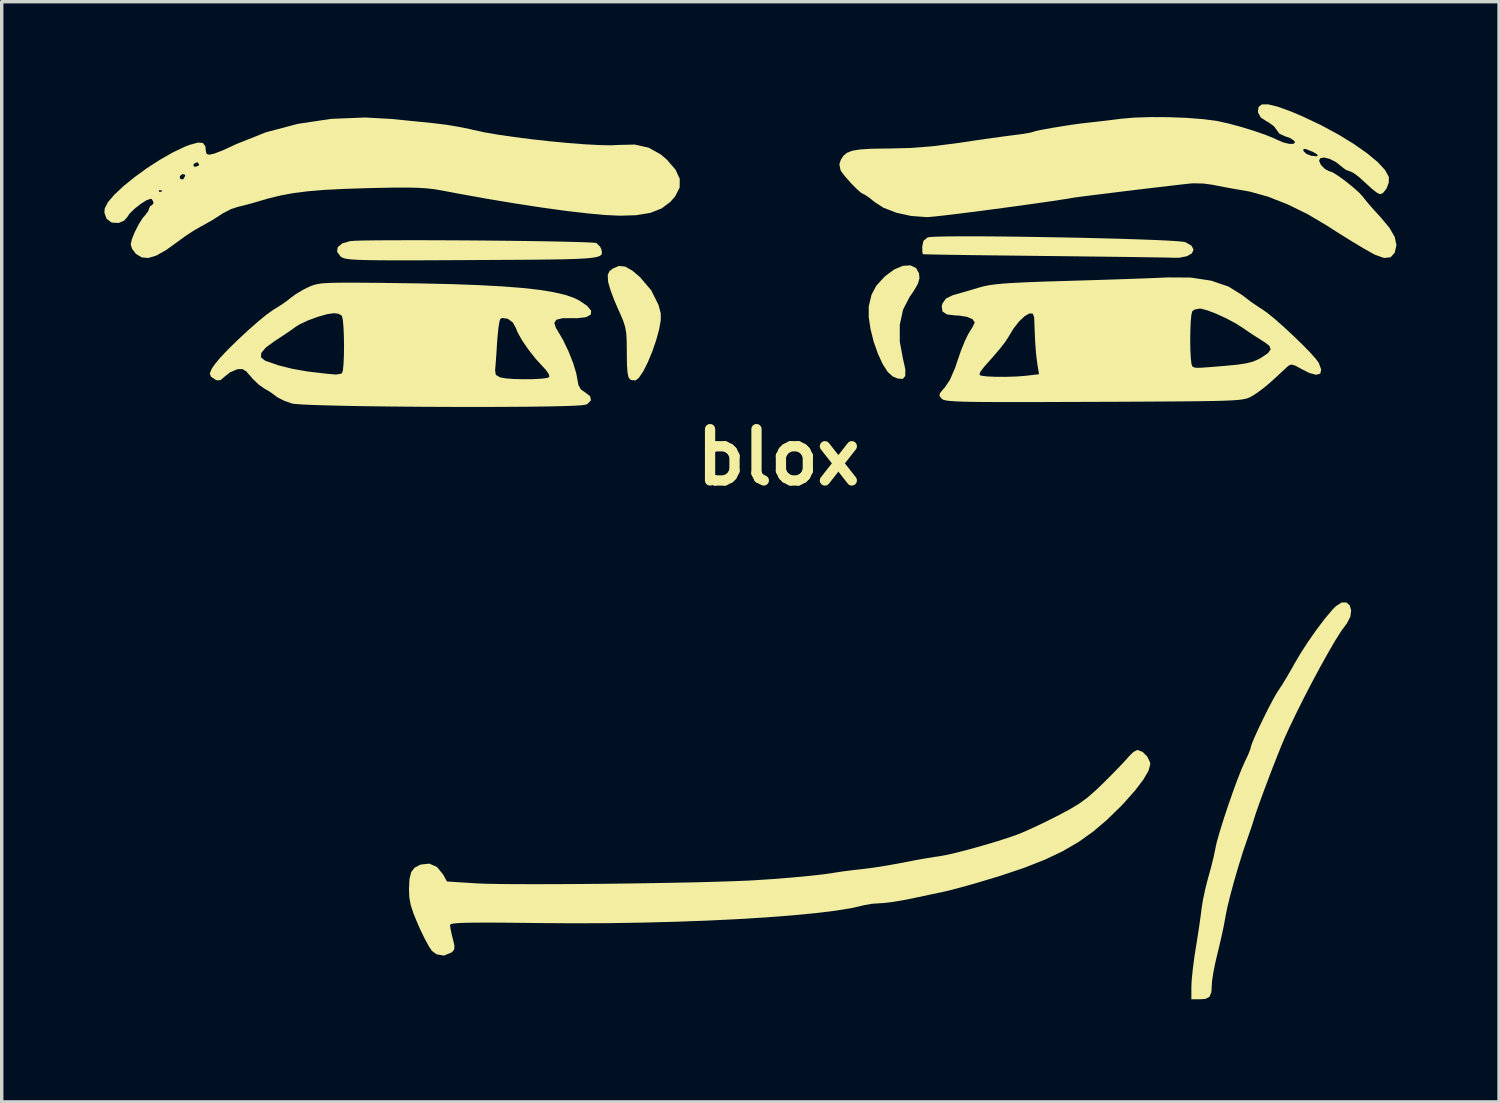
<source format=kicad_pcb>
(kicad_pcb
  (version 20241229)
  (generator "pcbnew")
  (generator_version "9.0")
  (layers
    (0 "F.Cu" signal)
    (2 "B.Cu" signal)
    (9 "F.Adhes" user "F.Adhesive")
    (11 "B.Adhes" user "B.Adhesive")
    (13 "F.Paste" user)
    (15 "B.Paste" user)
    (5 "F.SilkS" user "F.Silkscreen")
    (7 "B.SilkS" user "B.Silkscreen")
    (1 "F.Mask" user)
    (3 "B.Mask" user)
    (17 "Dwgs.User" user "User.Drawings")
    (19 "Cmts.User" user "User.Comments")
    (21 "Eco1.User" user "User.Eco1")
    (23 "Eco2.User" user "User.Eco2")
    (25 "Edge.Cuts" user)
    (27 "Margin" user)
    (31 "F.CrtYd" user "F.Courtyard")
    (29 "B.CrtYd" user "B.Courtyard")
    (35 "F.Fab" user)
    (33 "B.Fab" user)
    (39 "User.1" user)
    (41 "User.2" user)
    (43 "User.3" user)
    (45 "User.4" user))
  (footprint "blox"
    (layer "F.Cu")
    (at 19.703 10.314)
    (property "Reference" "blox" (at 0 0 0) (layer "F.SilkS") (effects (font (size 1.5 1.5) (thickness 0.3))))
    (attr board_only exclude_from_pos_files exclude_from_bom)
    (fp_poly (pts (xy 4.021 -5.53) (xy 4.107 -5.375) (xy 4.12 -5.229) (xy 4.073 -5.068) (xy 3.955 -4.862) (xy 3.833 -4.687) (xy 3.641 -4.315) (xy 3.545 -3.87) (xy 3.545 -3.375) (xy 3.641 -2.864) (xy 3.708 -2.564) (xy 3.705 -2.374) (xy 3.63 -2.289) (xy 3.479 -2.302) (xy 3.345 -2.357) (xy 3.195 -2.489) (xy 3.044 -2.724) (xy 2.903 -3.032) (xy 2.781 -3.382) (xy 2.69 -3.745) (xy 2.638 -4.091) (xy 2.637 -4.388) (xy 2.643 -4.433) (xy 2.719 -4.75) (xy 2.855 -5.008) (xy 3.081 -5.257) (xy 3.127 -5.301) (xy 3.388 -5.492) (xy 3.638 -5.595) (xy 3.856 -5.608)) (stroke (width 0) (type solid)) (fill yes) (layer "F.SilkS"))
    (fp_poly (pts (xy -4.481 -5.573) (xy -4.27 -5.454) (xy -4.048 -5.265) (xy -3.718 -4.876) (xy -3.505 -4.448) (xy -3.441 -4.206) (xy -3.441 -4.004) (xy -3.49 -3.73) (xy -3.577 -3.415) (xy -3.69 -3.087) (xy -3.819 -2.776) (xy -3.952 -2.512) (xy -4.079 -2.324) (xy -4.173 -2.247) (xy -4.288 -2.253) (xy -4.339 -2.276) (xy -4.384 -2.339) (xy -4.413 -2.474) (xy -4.428 -2.703) (xy -4.433 -3.043) (xy -4.433 -3.056) (xy -4.436 -3.382) (xy -4.449 -3.619) (xy -4.481 -3.809) (xy -4.542 -3.996) (xy -4.639 -4.223) (xy -4.691 -4.336) (xy -4.811 -4.618) (xy -4.91 -4.886) (xy -4.972 -5.095) (xy -4.982 -5.148) (xy -4.991 -5.328) (xy -4.94 -5.438) (xy -4.842 -5.515) (xy -4.664 -5.591)) (stroke (width 0) (type solid)) (fill yes) (layer "F.SilkS"))
    (fp_poly (pts (xy 5.884 -6.457) (xy 6.423 -6.453) (xy 7.004 -6.446) (xy 7.613 -6.437) (xy 8.235 -6.426) (xy 8.854 -6.414) (xy 9.455 -6.399) (xy 10.023 -6.384) (xy 10.544 -6.367) (xy 11.001 -6.35) (xy 11.38 -6.332) (xy 11.667 -6.314) (xy 11.844 -6.296) (xy 11.892 -6.286) (xy 12.071 -6.183) (xy 12.131 -6.069) (xy 12.085 -5.961) (xy 11.943 -5.877) (xy 11.719 -5.832) (xy 11.571 -5.83) (xy 11.439 -5.834) (xy 11.189 -5.839) (xy 10.833 -5.844) (xy 10.386 -5.851) (xy 9.861 -5.858) (xy 9.272 -5.865) (xy 8.634 -5.873) (xy 7.96 -5.881) (xy 7.733 -5.883) (xy 7.064 -5.891) (xy 6.435 -5.898) (xy 5.861 -5.905) (xy 5.352 -5.912) (xy 4.923 -5.919) (xy 4.584 -5.925) (xy 4.349 -5.93) (xy 4.229 -5.934) (xy 4.217 -5.935) (xy 4.205 -6.004) (xy 4.2 -6.15) (xy 4.2 -6.151) (xy 4.237 -6.326) (xy 4.359 -6.426) (xy 4.458 -6.439) (xy 4.675 -6.449) (xy 4.995 -6.455) (xy 5.403 -6.457)) (stroke (width 0) (type solid)) (fill yes) (layer "F.SilkS"))
    (fp_poly (pts (xy -10.343 -6.343) (xy -9.764 -6.341) (xy -9.164 -6.338) (xy -8.558 -6.333) (xy -7.962 -6.327) (xy -7.39 -6.32) (xy -6.858 -6.312) (xy -6.381 -6.303) (xy -5.974 -6.293) (xy -5.653 -6.283) (xy -5.432 -6.273) (xy -5.328 -6.262) (xy -5.323 -6.26) (xy -5.212 -6.153) (xy -5.181 -6.085) (xy -5.165 -6.022) (xy -5.16 -5.967) (xy -5.175 -5.922) (xy -5.221 -5.884) (xy -5.307 -5.854) (xy -5.444 -5.83) (xy -5.64 -5.811) (xy -5.907 -5.797) (xy -6.254 -5.786) (xy -6.691 -5.779) (xy -7.228 -5.773) (xy -7.875 -5.769) (xy -8.642 -5.765) (xy -8.954 -5.763) (xy -9.751 -5.759) (xy -10.425 -5.756) (xy -10.987 -5.755) (xy -11.448 -5.756) (xy -11.819 -5.759) (xy -12.111 -5.764) (xy -12.333 -5.772) (xy -12.498 -5.783) (xy -12.615 -5.797) (xy -12.696 -5.814) (xy -12.751 -5.836) (xy -12.791 -5.862) (xy -12.799 -5.868) (xy -12.902 -6.007) (xy -12.883 -6.139) (xy -12.753 -6.248) (xy -12.521 -6.317) (xy -12.516 -6.317) (xy -12.385 -6.327) (xy -12.141 -6.334) (xy -11.799 -6.339) (xy -11.375 -6.342) (xy -10.885 -6.343)) (stroke (width 0) (type solid)) (fill yes) (layer "F.SilkS"))
    (fp_poly (pts (xy 16.696 4.329) (xy 16.738 4.476) (xy 16.713 4.661) (xy 16.61 4.862) (xy 16.565 4.919) (xy 16.44 5.09) (xy 16.27 5.361) (xy 16.065 5.712) (xy 15.837 6.121) (xy 15.597 6.569) (xy 15.356 7.034) (xy 15.125 7.496) (xy 14.916 7.933) (xy 14.8 8.188) (xy 14.703 8.418) (xy 14.579 8.726) (xy 14.439 9.082) (xy 14.296 9.458) (xy 14.159 9.824) (xy 14.04 10.151) (xy 13.95 10.409) (xy 13.902 10.561) (xy 13.856 10.71) (xy 13.781 10.933) (xy 13.7 11.163) (xy 13.575 11.53) (xy 13.445 11.948) (xy 13.319 12.38) (xy 13.207 12.793) (xy 13.119 13.151) (xy 13.064 13.421) (xy 13.062 13.44) (xy 13.019 13.672) (xy 12.954 13.982) (xy 12.876 14.318) (xy 12.837 14.476) (xy 12.764 14.786) (xy 12.707 15.075) (xy 12.673 15.3) (xy 12.667 15.385) (xy 12.653 15.629) (xy 12.598 15.768) (xy 12.482 15.83) (xy 12.326 15.842) (xy 12.067 15.842) (xy 12.067 15.481) (xy 12.078 15.263) (xy 12.109 14.959) (xy 12.154 14.614) (xy 12.193 14.361) (xy 12.25 14.008) (xy 12.303 13.658) (xy 12.345 13.357) (xy 12.364 13.201) (xy 12.406 12.934) (xy 12.476 12.607) (xy 12.558 12.288) (xy 12.565 12.266) (xy 12.646 11.97) (xy 12.718 11.681) (xy 12.765 11.455) (xy 12.769 11.43) (xy 12.815 11.227) (xy 12.9 10.931) (xy 13.012 10.571) (xy 13.142 10.179) (xy 13.28 9.784) (xy 13.414 9.418) (xy 13.535 9.111) (xy 13.631 8.894) (xy 13.633 8.89) (xy 13.726 8.695) (xy 13.786 8.543) (xy 13.8 8.488) (xy 13.829 8.387) (xy 13.907 8.197) (xy 14.021 7.946) (xy 14.156 7.664) (xy 14.297 7.379) (xy 14.433 7.119) (xy 14.547 6.914) (xy 14.617 6.805) (xy 14.725 6.643) (xy 14.869 6.405) (xy 15.023 6.137) (xy 15.066 6.058) (xy 15.253 5.74) (xy 15.48 5.389) (xy 15.726 5.038) (xy 15.967 4.72) (xy 16.18 4.466) (xy 16.288 4.355) (xy 16.459 4.245) (xy 16.599 4.244)) (stroke (width 0) (type solid)) (fill yes) (layer "F.SilkS"))
    (fp_poly (pts (xy 10.642 8.612) (xy 10.778 8.748) (xy 10.859 8.915) (xy 10.866 8.974) (xy 10.814 9.164) (xy 10.662 9.424) (xy 10.418 9.744) (xy 10.089 10.114) (xy 10.011 10.196) (xy 9.604 10.594) (xy 9.199 10.939) (xy 8.775 11.241) (xy 8.313 11.511) (xy 7.794 11.758) (xy 7.199 11.993) (xy 6.508 12.226) (xy 5.8 12.44) (xy 5.482 12.53) (xy 5.182 12.611) (xy 4.942 12.673) (xy 4.833 12.698) (xy 4.651 12.736) (xy 4.382 12.793) (xy 4.072 12.859) (xy 3.909 12.894) (xy 3.595 12.955) (xy 3.296 13.003) (xy 3.06 13.03) (xy 2.976 13.034) (xy 2.733 13.051) (xy 2.502 13.091) (xy 2.475 13.099) (xy 2.125 13.179) (xy 1.655 13.254) (xy 1.076 13.325) (xy 0.401 13.389) (xy -0.357 13.448) (xy -1.186 13.499) (xy -2.074 13.542) (xy -3.007 13.576) (xy -3.973 13.601) (xy -4.96 13.617) (xy -5.956 13.621) (xy -6.917 13.615) (xy -7.598 13.607) (xy -8.156 13.602) (xy -8.605 13.601) (xy -8.953 13.603) (xy -9.214 13.608) (xy -9.397 13.618) (xy -9.515 13.631) (xy -9.579 13.649) (xy -9.6 13.672) (xy -9.6 13.675) (xy -9.584 13.792) (xy -9.542 13.981) (xy -9.518 14.076) (xy -9.473 14.267) (xy -9.475 14.377) (xy -9.527 14.449) (xy -9.564 14.478) (xy -9.78 14.565) (xy -9.996 14.527) (xy -10.127 14.429) (xy -10.211 14.307) (xy -10.327 14.096) (xy -10.456 13.832) (xy -10.53 13.669) (xy -10.665 13.343) (xy -10.748 13.092) (xy -10.789 12.871) (xy -10.8 12.638) (xy -10.8 12.638) (xy -10.786 12.33) (xy -10.735 12.125) (xy -10.635 11.995) (xy -10.47 11.909) (xy -10.459 11.905) (xy -10.204 11.877) (xy -9.981 11.976) (xy -9.801 12.196) (xy -9.8 12.199) (xy -9.69 12.399) (xy -8.828 12.454) (xy -8.565 12.465) (xy -8.186 12.472) (xy -7.708 12.477) (xy -7.149 12.478) (xy -6.526 12.477) (xy -5.856 12.473) (xy -5.157 12.467) (xy -4.447 12.459) (xy -3.741 12.448) (xy -3.059 12.436) (xy -2.416 12.423) (xy -1.832 12.407) (xy -1.321 12.391) (xy -0.903 12.374) (xy -0.733 12.365) (xy -0.156 12.327) (xy 0.396 12.283) (xy 0.895 12.236) (xy 1.317 12.189) (xy 1.634 12.143) (xy 1.667 12.137) (xy 1.844 12.11) (xy 2.104 12.076) (xy 2.398 12.042) (xy 2.467 12.034) (xy 2.807 11.99) (xy 3.204 11.927) (xy 3.584 11.858) (xy 3.667 11.842) (xy 3.993 11.778) (xy 4.319 11.72) (xy 4.589 11.677) (xy 4.667 11.667) (xy 4.894 11.627) (xy 5.215 11.553) (xy 5.597 11.454) (xy 6.008 11.338) (xy 6.416 11.216) (xy 6.789 11.095) (xy 6.995 11.022) (xy 7.197 10.939) (xy 7.48 10.81) (xy 7.806 10.655) (xy 8.137 10.489) (xy 8.139 10.489) (xy 8.502 10.296) (xy 8.785 10.126) (xy 9.029 9.948) (xy 9.277 9.731) (xy 9.51 9.506) (xy 9.753 9.263) (xy 9.973 9.037) (xy 10.146 8.853) (xy 10.245 8.74) (xy 10.371 8.615) (xy 10.485 8.556) (xy 10.495 8.556)) (stroke (width 0) (type solid)) (fill yes) (layer "F.SilkS"))
    (fp_poly (pts (xy -11.333 -9.889) (xy -10.951 -9.851) (xy -10.52 -9.808) (xy -10.123 -9.768) (xy -10.067 -9.762) (xy -9.711 -9.718) (xy -9.334 -9.655) (xy -9.002 -9.587) (xy -8.933 -9.57) (xy -8.614 -9.5) (xy -8.204 -9.429) (xy -7.729 -9.36) (xy -7.213 -9.294) (xy -6.68 -9.235) (xy -6.158 -9.185) (xy -5.669 -9.147) (xy -5.24 -9.124) (xy -4.895 -9.117) (xy -4.679 -9.128) (xy -4.202 -9.139) (xy -3.797 -9.049) (xy -3.441 -8.851) (xy -3.262 -8.697) (xy -3.01 -8.407) (xy -2.886 -8.139) (xy -2.889 -7.883) (xy -3.018 -7.627) (xy -3.159 -7.465) (xy -3.415 -7.272) (xy -3.743 -7.143) (xy -4.161 -7.074) (xy -4.633 -7.06) (xy -5.049 -7.079) (xy -5.579 -7.127) (xy -6.207 -7.2) (xy -6.918 -7.298) (xy -7.695 -7.417) (xy -8.524 -7.555) (xy -9.389 -7.711) (xy -9.853 -7.799) (xy -10.061 -7.834) (xy -10.282 -7.859) (xy -10.536 -7.875) (xy -10.845 -7.882) (xy -11.233 -7.881) (xy -11.721 -7.872) (xy -12.02 -7.865) (xy -12.702 -7.843) (xy -13.274 -7.814) (xy -13.758 -7.773) (xy -14.178 -7.72) (xy -14.556 -7.65) (xy -14.915 -7.562) (xy -15.133 -7.498) (xy -15.397 -7.421) (xy -15.646 -7.355) (xy -15.8 -7.319) (xy -16.001 -7.252) (xy -16.226 -7.136) (xy -16.3 -7.089) (xy -16.535 -6.938) (xy -16.796 -6.79) (xy -16.867 -6.753) (xy -17.083 -6.629) (xy -17.34 -6.461) (xy -17.533 -6.319) (xy -17.895 -6.058) (xy -18.186 -5.894) (xy -18.421 -5.823) (xy -18.614 -5.842) (xy -18.781 -5.945) (xy -18.787 -5.952) (xy -18.894 -6.094) (xy -18.933 -6.221) (xy -18.899 -6.373) (xy -18.813 -6.585) (xy -18.698 -6.809) (xy -18.58 -6.996) (xy -18.505 -7.081) (xy -18.418 -7.195) (xy -18.4 -7.261) (xy -18.361 -7.344) (xy -18.333 -7.353) (xy -18.274 -7.407) (xy -18.267 -7.453) (xy -18.313 -7.542) (xy -18.354 -7.553) (xy -18.474 -7.51) (xy -18.645 -7.401) (xy -18.823 -7.26) (xy -18.966 -7.12) (xy -19.033 -7.02) (xy -19.125 -6.915) (xy -19.283 -6.848) (xy -19.49 -6.858) (xy -19.639 -6.97) (xy -19.703 -7.154) (xy -19.691 -7.276) (xy -19.601 -7.452) (xy -19.411 -7.674) (xy -19.278 -7.798) (xy -18.111 -7.798) (xy -18.102 -7.759) (xy -18.067 -7.754) (xy -18.012 -7.778) (xy -18.022 -7.798) (xy -18.101 -7.806) (xy -18.111 -7.798) (xy -19.278 -7.798) (xy -19.144 -7.924) (xy -18.818 -8.188) (xy -18.782 -8.214) (xy -17.496 -8.214) (xy -17.494 -8.144) (xy -17.423 -8.116) (xy -17.38 -8.148) (xy -17.339 -8.233) (xy -17.35 -8.261) (xy -17.431 -8.274) (xy -17.496 -8.214) (xy -18.782 -8.214) (xy -18.456 -8.451) (xy -18.293 -8.556) (xy -17.1 -8.556) (xy -17.085 -8.499) (xy -17.037 -8.489) (xy -16.946 -8.524) (xy -16.933 -8.556) (xy -16.981 -8.621) (xy -16.996 -8.623) (xy -17.086 -8.574) (xy -17.1 -8.556) (xy -18.293 -8.556) (xy -18.076 -8.696) (xy -17.701 -8.91) (xy -17.349 -9.077) (xy -17.213 -9.129) (xy -16.972 -9.197) (xy -16.825 -9.187) (xy -16.752 -9.091) (xy -16.734 -8.933) (xy -16.712 -8.863) (xy -16.637 -8.842) (xy -16.495 -8.873) (xy -16.269 -8.959) (xy -15.946 -9.106) (xy -15.842 -9.155) (xy -14.981 -9.498) (xy -14.05 -9.744) (xy -13.074 -9.89) (xy -12.08 -9.93)) (stroke (width 0) (type solid)) (fill yes) (layer "F.SilkS"))
    (fp_poly (pts (xy -12.115 -5.101) (xy -11.568 -5.096) (xy -11.533 -5.095) (xy -10.485 -5.081) (xy -9.562 -5.06) (xy -8.757 -5.031) (xy -8.061 -4.993) (xy -7.469 -4.947) (xy -6.971 -4.89) (xy -6.56 -4.822) (xy -6.228 -4.744) (xy -5.968 -4.653) (xy -5.839 -4.59) (xy -5.592 -4.425) (xy -5.475 -4.282) (xy -5.486 -4.17) (xy -5.621 -4.095) (xy -5.878 -4.064) (xy -6.024 -4.066) (xy -6.318 -4.063) (xy -6.492 -4.019) (xy -6.552 -3.926) (xy -6.506 -3.78) (xy -6.46 -3.707) (xy -6.294 -3.423) (xy -6.133 -3.086) (xy -5.998 -2.744) (xy -5.908 -2.442) (xy -5.886 -2.319) (xy -5.847 -2.108) (xy -5.777 -1.983) (xy -5.657 -1.9) (xy -5.505 -1.783) (xy -5.48 -1.664) (xy -5.58 -1.562) (xy -5.638 -1.536) (xy -5.747 -1.52) (xy -5.976 -1.506) (xy -6.31 -1.494) (xy -6.734 -1.485) (xy -7.234 -1.478) (xy -7.796 -1.474) (xy -8.406 -1.471) (xy -9.049 -1.47) (xy -9.711 -1.472) (xy -10.378 -1.475) (xy -11.036 -1.48) (xy -11.669 -1.487) (xy -12.265 -1.495) (xy -12.808 -1.506) (xy -13.285 -1.518) (xy -13.681 -1.531) (xy -13.981 -1.546) (xy -14.172 -1.562) (xy -14.224 -1.572) (xy -14.446 -1.65) (xy -14.634 -1.745) (xy -14.69 -1.786) (xy -14.859 -1.91) (xy -15.027 -2.008) (xy -15.189 -2.121) (xy -15.365 -2.29) (xy -15.423 -2.359) (xy -15.558 -2.512) (xy -15.665 -2.576) (xy -15.788 -2.575) (xy -15.83 -2.567) (xy -16.025 -2.484) (xy -16.183 -2.361) (xy -16.306 -2.255) (xy -16.411 -2.248) (xy -16.462 -2.27) (xy -16.589 -2.357) (xy -16.622 -2.453) (xy -16.562 -2.591) (xy -16.477 -2.715) (xy -16.317 -2.909) (xy -16.307 -2.919) (xy -15.125 -2.919) (xy -15.004 -2.822) (xy -14.983 -2.814) (xy -14.608 -2.685) (xy -14.211 -2.585) (xy -13.759 -2.506) (xy -13.222 -2.443) (xy -12.933 -2.417) (xy -12.793 -2.44) (xy -12.758 -2.457) (xy -12.731 -2.539) (xy -12.731 -2.544) (xy -8.283 -2.544) (xy -8.262 -2.408) (xy -8.14 -2.336) (xy -8.133 -2.334) (xy -7.968 -2.305) (xy -7.733 -2.287) (xy -7.461 -2.28) (xy -7.186 -2.282) (xy -6.945 -2.295) (xy -6.77 -2.316) (xy -6.697 -2.345) (xy -6.713 -2.43) (xy -6.807 -2.563) (xy -6.869 -2.629) (xy -7.091 -2.87) (xy -7.309 -3.146) (xy -7.497 -3.421) (xy -7.631 -3.661) (xy -7.675 -3.777) (xy -7.768 -3.942) (xy -7.914 -4.048) (xy -8.07 -4.07) (xy -8.127 -4.048) (xy -8.155 -3.97) (xy -8.184 -3.79) (xy -8.21 -3.538) (xy -8.224 -3.36) (xy -8.243 -3.06) (xy -8.262 -2.794) (xy -8.277 -2.603) (xy -8.283 -2.544) (xy -12.731 -2.544) (xy -12.713 -2.721) (xy -12.702 -2.973) (xy -12.698 -3.261) (xy -12.703 -3.553) (xy -12.715 -3.818) (xy -12.734 -4.022) (xy -12.761 -4.135) (xy -12.762 -4.137) (xy -12.857 -4.192) (xy -12.99 -4.211) (xy -13.195 -4.181) (xy -13.465 -4.104) (xy -13.75 -3.999) (xy -13.998 -3.883) (xy -14.129 -3.8) (xy -14.272 -3.697) (xy -14.483 -3.554) (xy -14.716 -3.402) (xy -14.717 -3.402) (xy -14.981 -3.209) (xy -15.117 -3.048) (xy -15.125 -2.919) (xy -16.307 -2.919) (xy -16.084 -3.155) (xy -15.804 -3.429) (xy -15.505 -3.707) (xy -15.213 -3.964) (xy -14.955 -4.175) (xy -14.756 -4.316) (xy -14.735 -4.328) (xy -14.521 -4.461) (xy -14.329 -4.6) (xy -14.267 -4.652) (xy -14.107 -4.769) (xy -13.889 -4.898) (xy -13.767 -4.959) (xy -13.666 -5.004) (xy -13.569 -5.039) (xy -13.459 -5.065) (xy -13.319 -5.084) (xy -13.131 -5.095) (xy -12.879 -5.101) (xy -12.546 -5.103)) (stroke (width 0) (type solid)) (fill yes) (layer "F.SilkS"))
    (fp_poly (pts (xy 12.045 -5.252) (xy 12.643 -5.162) (xy 13.15 -4.99) (xy 13.559 -4.736) (xy 13.573 -4.724) (xy 13.799 -4.55) (xy 14.054 -4.377) (xy 14.133 -4.328) (xy 14.294 -4.214) (xy 14.515 -4.033) (xy 14.773 -3.805) (xy 15.043 -3.554) (xy 15.304 -3.302) (xy 15.531 -3.07) (xy 15.701 -2.881) (xy 15.789 -2.761) (xy 15.862 -2.563) (xy 15.835 -2.445) (xy 15.717 -2.41) (xy 15.517 -2.462) (xy 15.284 -2.579) (xy 15.105 -2.678) (xy 14.996 -2.71) (xy 14.917 -2.683) (xy 14.878 -2.651) (xy 14.773 -2.554) (xy 14.607 -2.4) (xy 14.433 -2.239) (xy 14.214 -2.051) (xy 13.986 -1.88) (xy 13.833 -1.783) (xy 13.778 -1.754) (xy 13.72 -1.729) (xy 13.649 -1.708) (xy 13.556 -1.69) (xy 13.429 -1.675) (xy 13.259 -1.663) (xy 13.035 -1.653) (xy 12.749 -1.645) (xy 12.388 -1.639) (xy 11.944 -1.634) (xy 11.406 -1.63) (xy 10.764 -1.626) (xy 10.008 -1.622) (xy 9.223 -1.619) (xy 8.351 -1.616) (xy 7.603 -1.613) (xy 6.968 -1.612) (xy 6.438 -1.613) (xy 6.002 -1.615) (xy 5.652 -1.619) (xy 5.376 -1.625) (xy 5.166 -1.634) (xy 5.013 -1.645) (xy 4.905 -1.658) (xy 4.834 -1.675) (xy 4.79 -1.695) (xy 4.769 -1.712) (xy 4.707 -1.79) (xy 4.715 -1.865) (xy 4.804 -1.978) (xy 4.854 -2.031) (xy 5.009 -2.259) (xy 5.081 -2.427) (xy 5.873 -2.427) (xy 5.905 -2.389) (xy 5.915 -2.386) (xy 6.083 -2.363) (xy 6.341 -2.351) (xy 6.647 -2.35) (xy 6.958 -2.36) (xy 7.231 -2.381) (xy 7.258 -2.384) (xy 7.615 -2.427) (xy 7.564 -2.734) (xy 7.534 -2.967) (xy 7.509 -3.264) (xy 7.5 -3.412) (xy 12.033 -3.412) (xy 12.038 -3.131) (xy 12.051 -2.889) (xy 12.071 -2.72) (xy 12.094 -2.658) (xy 12.131 -2.634) (xy 12.172 -2.619) (xy 12.242 -2.614) (xy 12.364 -2.617) (xy 12.56 -2.631) (xy 12.853 -2.655) (xy 13.056 -2.672) (xy 13.416 -2.706) (xy 13.676 -2.746) (xy 13.872 -2.797) (xy 14.036 -2.868) (xy 14.106 -2.907) (xy 14.306 -3.043) (xy 14.385 -3.153) (xy 14.347 -3.256) (xy 14.216 -3.357) (xy 13.976 -3.509) (xy 13.805 -3.62) (xy 13.659 -3.719) (xy 13.561 -3.788) (xy 13.342 -3.924) (xy 13.075 -4.065) (xy 12.797 -4.192) (xy 12.545 -4.29) (xy 12.357 -4.341) (xy 12.314 -4.345) (xy 12.166 -4.318) (xy 12.093 -4.267) (xy 12.067 -4.16) (xy 12.048 -3.959) (xy 12.037 -3.699) (xy 12.033 -3.412) (xy 7.5 -3.412) (xy 7.495 -3.509) (xy 7.485 -3.762) (xy 7.477 -3.972) (xy 7.472 -4.094) (xy 7.431 -4.198) (xy 7.333 -4.203) (xy 7.196 -4.124) (xy 7.036 -3.974) (xy 6.872 -3.766) (xy 6.719 -3.514) (xy 6.717 -3.509) (xy 6.625 -3.368) (xy 6.468 -3.167) (xy 6.276 -2.942) (xy 6.206 -2.863) (xy 6.013 -2.646) (xy 5.906 -2.507) (xy 5.873 -2.427) (xy 5.081 -2.427) (xy 5.161 -2.61) (xy 5.234 -2.828) (xy 5.336 -3.123) (xy 5.446 -3.395) (xy 5.546 -3.601) (xy 5.576 -3.65) (xy 5.674 -3.809) (xy 5.729 -3.924) (xy 5.733 -3.944) (xy 5.672 -4.035) (xy 5.509 -4.104) (xy 5.275 -4.141) (xy 5.179 -4.144) (xy 4.927 -4.173) (xy 4.792 -4.261) (xy 4.77 -4.412) (xy 4.796 -4.5) (xy 4.894 -4.638) (xy 5.086 -4.733) (xy 5.147 -4.751) (xy 5.368 -4.814) (xy 5.648 -4.896) (xy 5.867 -4.961) (xy 6.006 -4.999) (xy 6.165 -5.03) (xy 6.359 -5.056) (xy 6.603 -5.079) (xy 6.915 -5.098) (xy 7.31 -5.117) (xy 7.804 -5.135) (xy 8.413 -5.153) (xy 8.5 -5.156) (xy 9.065 -5.173) (xy 9.619 -5.19) (xy 10.14 -5.208) (xy 10.605 -5.224) (xy 10.992 -5.239) (xy 11.277 -5.251) (xy 11.367 -5.256)) (stroke (width 0) (type solid)) (fill yes) (layer "F.SilkS"))
    (fp_poly (pts (xy 14.588 -10.247) (xy 14.965 -10.111) (xy 15.333 -9.955) (xy 15.867 -9.702) (xy 16.367 -9.431) (xy 16.819 -9.154) (xy 17.207 -8.882) (xy 17.516 -8.624) (xy 17.731 -8.391) (xy 17.837 -8.195) (xy 17.839 -8.191) (xy 17.836 -8.023) (xy 17.77 -7.85) (xy 17.667 -7.723) (xy 17.578 -7.687) (xy 17.491 -7.731) (xy 17.343 -7.847) (xy 17.164 -8.01) (xy 17.153 -8.021) (xy 16.97 -8.187) (xy 16.811 -8.306) (xy 16.709 -8.355) (xy 16.706 -8.355) (xy 16.582 -8.4) (xy 16.472 -8.484) (xy 16.294 -8.626) (xy 16.108 -8.721) (xy 15.943 -8.761) (xy 15.831 -8.737) (xy 15.8 -8.666) (xy 15.851 -8.548) (xy 15.968 -8.428) (xy 16.096 -8.358) (xy 16.121 -8.355) (xy 16.219 -8.314) (xy 16.383 -8.208) (xy 16.583 -8.061) (xy 16.786 -7.897) (xy 16.961 -7.742) (xy 17.076 -7.619) (xy 17.086 -7.605) (xy 17.179 -7.487) (xy 17.335 -7.305) (xy 17.526 -7.093) (xy 17.595 -7.018) (xy 17.859 -6.703) (xy 18.012 -6.435) (xy 18.061 -6.2) (xy 18.012 -5.982) (xy 18.01 -5.977) (xy 17.89 -5.845) (xy 17.7 -5.824) (xy 17.439 -5.916) (xy 17.397 -5.937) (xy 17.124 -6.09) (xy 16.772 -6.301) (xy 16.372 -6.55) (xy 16.033 -6.768) (xy 15.466 -7.104) (xy 14.879 -7.392) (xy 14.307 -7.616) (xy 13.782 -7.762) (xy 13.647 -7.788) (xy 13.326 -7.842) (xy 13.012 -7.899) (xy 12.757 -7.949) (xy 12.697 -7.962) (xy 12.418 -8) (xy 12.121 -8.007) (xy 12.03 -8) (xy 11.767 -7.971) (xy 11.426 -7.931) (xy 11.03 -7.885) (xy 10.602 -7.834) (xy 10.165 -7.781) (xy 9.742 -7.729) (xy 9.355 -7.681) (xy 9.029 -7.64) (xy 8.784 -7.609) (xy 8.645 -7.589) (xy 8.633 -7.587) (xy 8.357 -7.542) (xy 7.997 -7.487) (xy 7.573 -7.426) (xy 7.106 -7.36) (xy 6.618 -7.294) (xy 6.128 -7.229) (xy 5.657 -7.168) (xy 5.226 -7.113) (xy 4.856 -7.069) (xy 4.568 -7.037) (xy 4.381 -7.02) (xy 4.336 -7.018) (xy 3.877 -7.052) (xy 3.442 -7.147) (xy 3.067 -7.293) (xy 2.814 -7.456) (xy 2.652 -7.586) (xy 2.529 -7.67) (xy 2.487 -7.687) (xy 2.407 -7.734) (xy 2.274 -7.853) (xy 2.117 -8.013) (xy 1.965 -8.184) (xy 1.849 -8.333) (xy 1.812 -8.393) (xy 1.779 -8.563) (xy 1.822 -8.692) (xy 1.898 -8.812) (xy 2.004 -8.899) (xy 2.159 -8.959) (xy 2.275 -8.978) (xy 15.339 -8.978) (xy 15.349 -8.942) (xy 15.431 -8.865) (xy 15.577 -8.81) (xy 15.719 -8.797) (xy 15.758 -8.809) (xy 15.744 -8.852) (xy 15.635 -8.917) (xy 15.601 -8.933) (xy 15.428 -9.002) (xy 15.35 -9.016) (xy 15.339 -8.978) (xy 2.275 -8.978) (xy 2.384 -8.996) (xy 2.698 -9.016) (xy 3.123 -9.023) (xy 3.205 -9.023) (xy 3.847 -9.039) (xy 4.489 -9.088) (xy 5.19 -9.176) (xy 5.305 -9.193) (xy 5.72 -9.255) (xy 6.13 -9.314) (xy 6.498 -9.365) (xy 6.79 -9.404) (xy 6.91 -9.419) (xy 7.152 -9.451) (xy 7.343 -9.484) (xy 7.442 -9.51) (xy 7.444 -9.511) (xy 7.535 -9.538) (xy 7.725 -9.577) (xy 7.985 -9.624) (xy 8.282 -9.673) (xy 8.585 -9.72) (xy 8.862 -9.758) (xy 9.067 -9.781) (xy 9.27 -9.803) (xy 9.556 -9.836) (xy 9.874 -9.876) (xy 10 -9.892) (xy 10.4 -9.927) (xy 10.883 -9.942) (xy 11.408 -9.939) (xy 11.931 -9.919) (xy 12.411 -9.882) (xy 12.804 -9.831) (xy 12.833 -9.825) (xy 13.15 -9.755) (xy 13.514 -9.657) (xy 13.885 -9.543) (xy 14.223 -9.427) (xy 14.488 -9.32) (xy 14.574 -9.278) (xy 14.757 -9.2) (xy 14.925 -9.16) (xy 15.049 -9.159) (xy 15.097 -9.2) (xy 15.073 -9.25) (xy 14.954 -9.33) (xy 14.804 -9.381) (xy 14.637 -9.459) (xy 14.567 -9.558) (xy 14.481 -9.674) (xy 14.323 -9.788) (xy 14.278 -9.811) (xy 14.095 -9.93) (xy 14.017 -10.074) (xy 14.013 -10.101) (xy 14.031 -10.24) (xy 14.128 -10.312) (xy 14.311 -10.314)) (stroke (width 0) (type solid)) (fill yes) (layer "F.SilkS")))
  (gr_rect
    (start -3 -3)
    (end 40.763 29.156)
    (stroke (width 0.1) (type default))
    (fill no)
    (layer "Edge.Cuts")))
</source>
